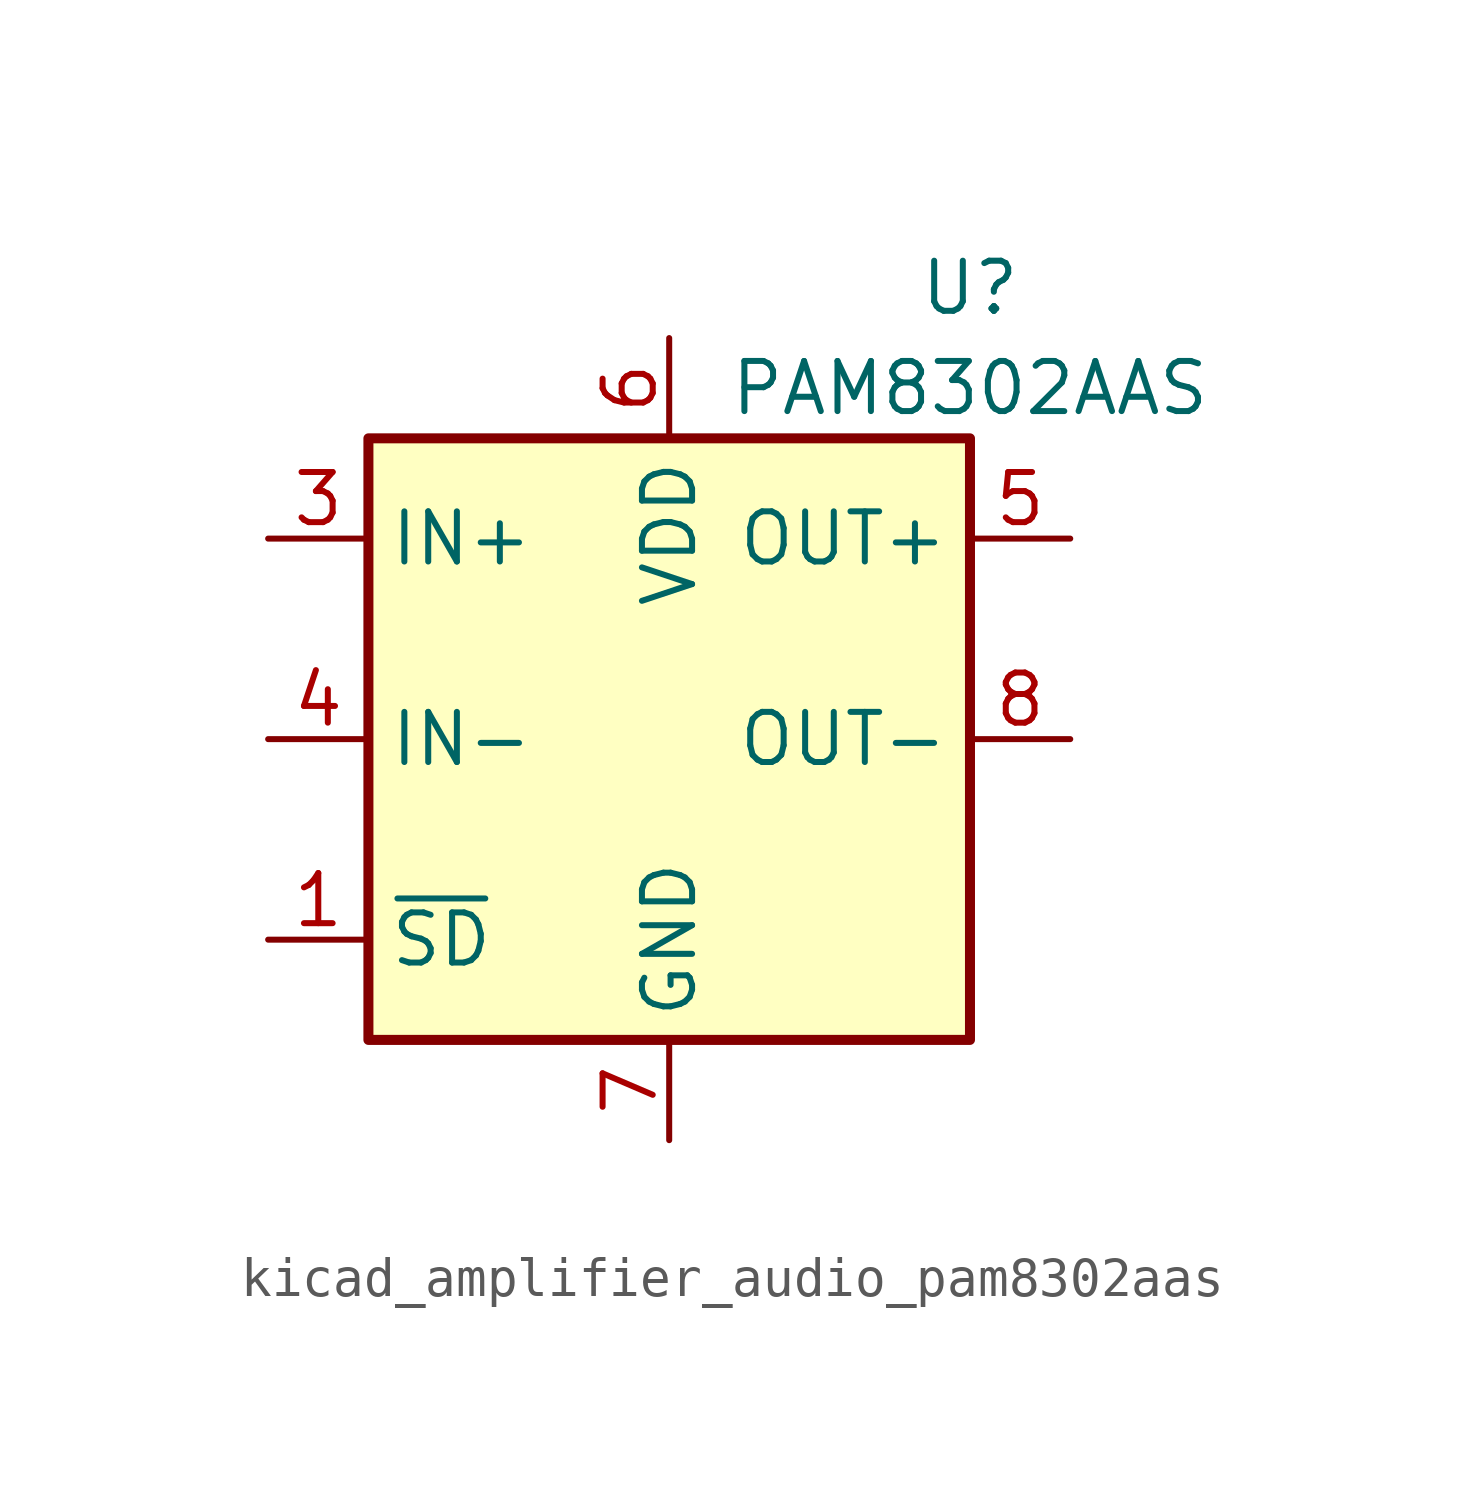
<source format=kicad_sym>
(kicad_symbol_lib
  (version 20220914)
  (generator kicad_symbol_editor)
  (symbol "kicad_amplifier_audio_pam8302aas"
    (property "Reference" "U"
      (at 7.62 11.43 0)
      (effects (font (size 1.27 1.27))))
    (property "Value" "PAM8302AAS"
      (at 7.62 8.89 0)
      (effects (font (size 1.27 1.27))))
    (symbol "kicad_amplifier_audio_pam8302aas_0_1"
      (rectangle (start -7.62 7.62) (end 7.62 -7.62) (stroke (width 0.254) (type default)) (fill (type background))))
    (symbol "kicad_amplifier_audio_pam8302aas_1_1"
      (pin input line (at -10.16 -5.08 0) (length 2.54) (name "~{SD}" (effects (font (size 1.27 1.27)))) (number "1" (effects (font (size 1.27 1.27)))))
      (pin no_connect line (at 7.62 -5.08 180) (length 2.54) hide (name "NC" (effects (font (size 1.27 1.27)))) (number "2" (effects (font (size 1.27 1.27)))))
      (pin input line (at -10.16 5.08 0) (length 2.54) (name "IN+" (effects (font (size 1.27 1.27)))) (number "3" (effects (font (size 1.27 1.27)))))
      (pin input line (at -10.16 0 0) (length 2.54) (name "IN-" (effects (font (size 1.27 1.27)))) (number "4" (effects (font (size 1.27 1.27)))))
      (pin output line (at 10.16 5.08 180) (length 2.54) (name "OUT+" (effects (font (size 1.27 1.27)))) (number "5" (effects (font (size 1.27 1.27)))))
      (pin power_in line (at 0 10.16 270) (length 2.54) (name "VDD" (effects (font (size 1.27 1.27)))) (number "6" (effects (font (size 1.27 1.27)))))
      (pin power_in line (at 0 -10.16 90) (length 2.54) (name "GND" (effects (font (size 1.27 1.27)))) (number "7" (effects (font (size 1.27 1.27)))))
      (pin output line (at 10.16 0 180) (length 2.54) (name "OUT-" (effects (font (size 1.27 1.27)))) (number "8" (effects (font (size 1.27 1.27))))))))
</source>
